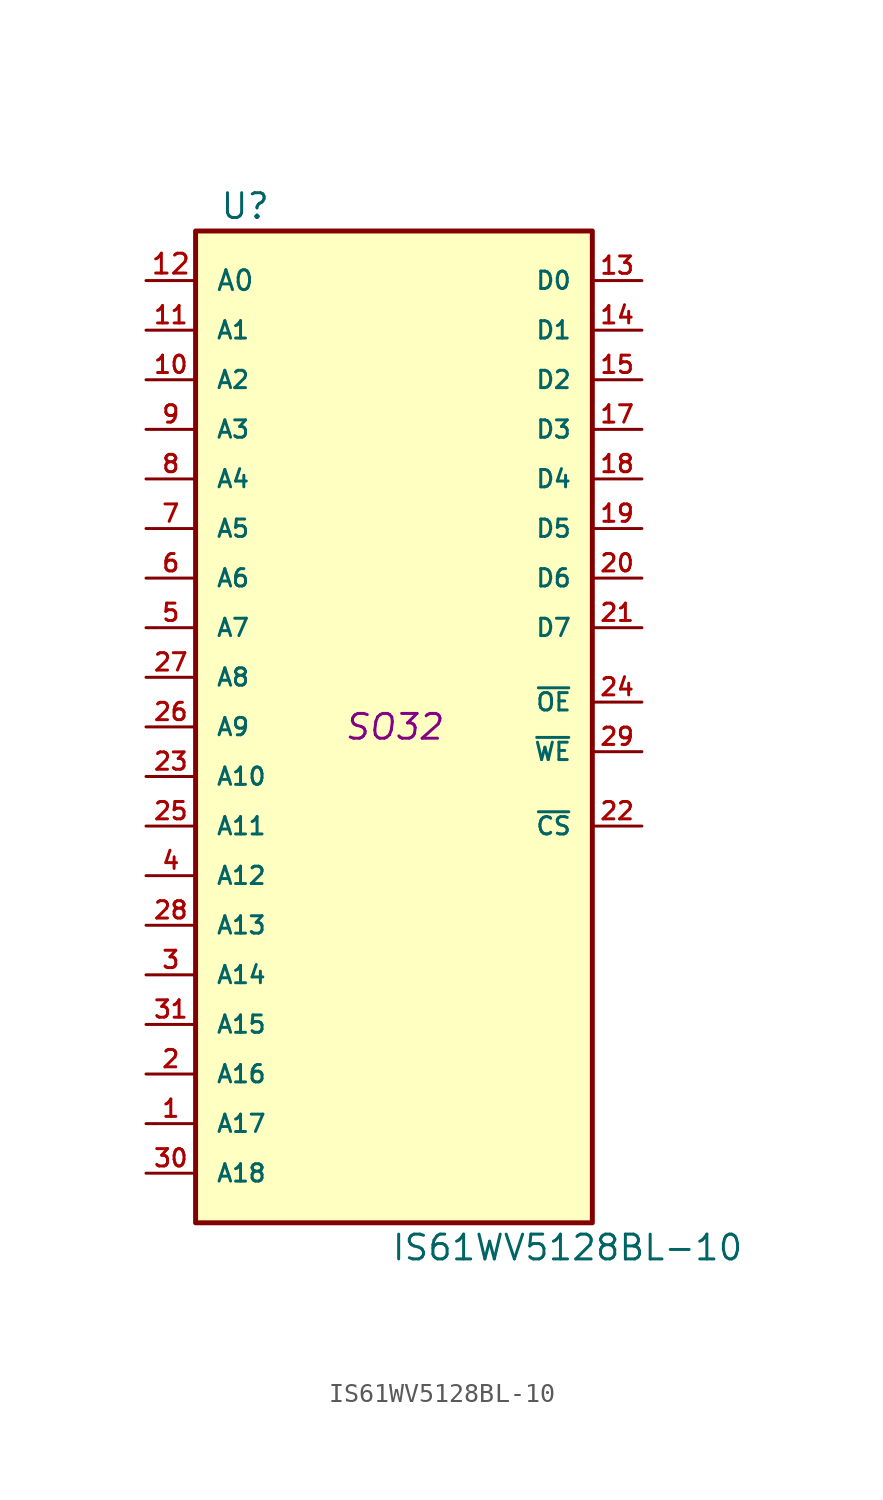
<source format=kicad_sym>
(kicad_symbol_lib
  (version 20241209)
  (generator "kicad_symbol_editor")
  (generator_version "9.0")
  (symbol "IS61WV5128BL-10"
    (pin_names
      (offset 1.016))
    (property "Reference" "U"
      (at -7.62 26.67 0)
      (effects (font (size 1.27 1.27))))
    (property "Value" "IS61WV5128BL-10"
      (at 8.89 -26.67 0)
      (effects (font (size 1.27 1.27))))
    (property "Footprint" "SO32"
      (at 0 0 0)
      (effects (font (size 1.27 1.27) (italic yes))))
    (property "Datasheet" ""
      (at 0 0 0)
      (effects (font (size 1.27 1.27))))
    (symbol "IS61WV5128BL-10_0_0"
      (pin power_in line (at -12.7 -15.24 0) (length 2.54) (name "A15" (effects (font (size 0.889 0.889)))) (number "31" (effects (font (size 0.889 0.889)))))
      (pin power_in line (at -12.7 -17.78 0) (length 2.54) (name "A16" (effects (font (size 0.889 0.889)))) (number "2" (effects (font (size 0.889 0.889)))))
      (pin power_in line (at -12.7 -20.32 0) (length 2.54) (name "A17" (effects (font (size 0.889 0.889)))) (number "1" (effects (font (size 0.889 0.889)))))
      (pin power_in line (at -12.7 -22.86 0) (length 2.54) (name "A18" (effects (font (size 0.889 0.889)))) (number "30" (effects (font (size 0.889 0.889)))))
      (pin power_in line (at 0 25.4 270) (length 0) (hide yes) (name "VCC" (effects (font (size 0.889 0.889)))) (number "32" (effects (font (size 0.889 0.889)))))
      (pin power_in line (at 0 -25.4 90) (length 0) (hide yes) (name "GND" (effects (font (size 0.889 0.889)))) (number "16" (effects (font (size 0.889 0.889))))))
    (symbol "IS61WV5128BL-10_0_1"
      (rectangle (start -10.16 25.4) (end 10.16 -25.4) (stroke (width 0.254) (type solid)) (fill (type background))))
    (symbol "IS61WV5128BL-10_1_1"
      (pin input line (at -12.7 22.86 0) (length 2.54) (name "A0" (effects (font (size 1.016 1.016)))) (number "12" (effects (font (size 1.016 1.016)))))
      (pin input line (at -12.7 20.32 0) (length 2.54) (name "A1" (effects (font (size 0.889 0.889)))) (number "11" (effects (font (size 0.889 0.889)))))
      (pin input line (at -12.7 17.78 0) (length 2.54) (name "A2" (effects (font (size 0.889 0.889)))) (number "10" (effects (font (size 0.889 0.889)))))
      (pin input line (at -12.7 15.24 0) (length 2.54) (name "A3" (effects (font (size 0.889 0.889)))) (number "9" (effects (font (size 0.889 0.889)))))
      (pin input line (at -12.7 12.7 0) (length 2.54) (name "A4" (effects (font (size 0.889 0.889)))) (number "8" (effects (font (size 0.889 0.889)))))
      (pin input line (at -12.7 10.16 0) (length 2.54) (name "A5" (effects (font (size 0.889 0.889)))) (number "7" (effects (font (size 0.889 0.889)))))
      (pin input line (at -12.7 7.62 0) (length 2.54) (name "A6" (effects (font (size 0.889 0.889)))) (number "6" (effects (font (size 0.889 0.889)))))
      (pin input line (at -12.7 5.08 0) (length 2.54) (name "A7" (effects (font (size 0.889 0.889)))) (number "5" (effects (font (size 0.889 0.889)))))
      (pin input line (at -12.7 2.54 0) (length 2.54) (name "A8" (effects (font (size 0.889 0.889)))) (number "27" (effects (font (size 0.889 0.889)))))
      (pin input line (at -12.7 0 0) (length 2.54) (name "A9" (effects (font (size 0.889 0.889)))) (number "26" (effects (font (size 0.889 0.889)))))
      (pin input line (at -12.7 -2.54 0) (length 2.54) (name "A10" (effects (font (size 0.889 0.889)))) (number "23" (effects (font (size 0.889 0.889)))))
      (pin input line (at -12.7 -5.08 0) (length 2.54) (name "A11" (effects (font (size 0.889 0.889)))) (number "25" (effects (font (size 0.889 0.889)))))
      (pin input line (at -12.7 -7.62 0) (length 2.54) (name "A12" (effects (font (size 0.889 0.889)))) (number "4" (effects (font (size 0.889 0.889)))))
      (pin input line (at -12.7 -10.16 0) (length 2.54) (name "A13" (effects (font (size 0.889 0.889)))) (number "28" (effects (font (size 0.889 0.889)))))
      (pin input line (at -12.7 -12.7 0) (length 2.54) (name "A14" (effects (font (size 0.889 0.889)))) (number "3" (effects (font (size 0.889 0.889)))))
      (pin tri_state line (at 12.7 22.86 180) (length 2.54) (name "D0" (effects (font (size 0.889 0.889)))) (number "13" (effects (font (size 0.889 0.889)))))
      (pin tri_state line (at 12.7 20.32 180) (length 2.54) (name "D1" (effects (font (size 0.889 0.889)))) (number "14" (effects (font (size 0.889 0.889)))))
      (pin tri_state line (at 12.7 17.78 180) (length 2.54) (name "D2" (effects (font (size 0.889 0.889)))) (number "15" (effects (font (size 0.889 0.889)))))
      (pin tri_state line (at 12.7 15.24 180) (length 2.54) (name "D3" (effects (font (size 0.889 0.889)))) (number "17" (effects (font (size 0.889 0.889)))))
      (pin tri_state line (at 12.7 12.7 180) (length 2.54) (name "D4" (effects (font (size 0.889 0.889)))) (number "18" (effects (font (size 0.889 0.889)))))
      (pin tri_state line (at 12.7 10.16 180) (length 2.54) (name "D5" (effects (font (size 0.889 0.889)))) (number "19" (effects (font (size 0.889 0.889)))))
      (pin tri_state line (at 12.7 7.62 180) (length 2.54) (name "D6" (effects (font (size 0.889 0.889)))) (number "20" (effects (font (size 0.889 0.889)))))
      (pin tri_state line (at 12.7 5.08 180) (length 2.54) (name "D7" (effects (font (size 0.889 0.889)))) (number "21" (effects (font (size 0.889 0.889)))))
      (pin input line (at 12.7 1.27 180) (length 2.54) (name "~{OE}" (effects (font (size 0.889 0.889)))) (number "24" (effects (font (size 0.889 0.889)))))
      (pin input line (at 12.7 -1.27 180) (length 2.54) (name "~{WE}" (effects (font (size 0.889 0.889)))) (number "29" (effects (font (size 0.889 0.889)))))
      (pin input line (at 12.7 -5.08 180) (length 2.54) (name "~{CS}" (effects (font (size 0.889 0.889)))) (number "22" (effects (font (size 0.889 0.889))))))))
</source>
